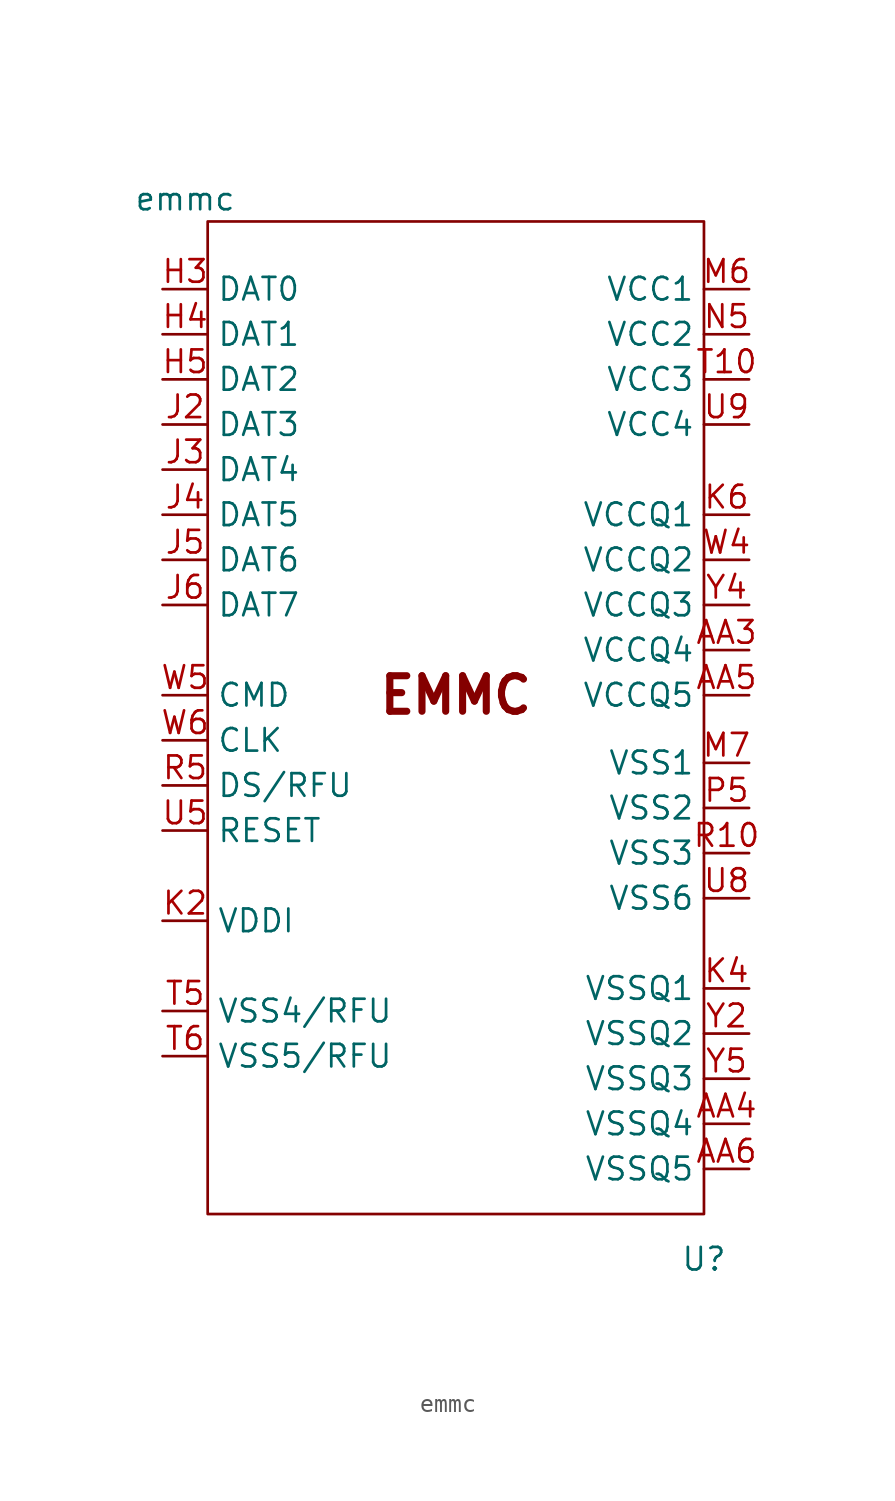
<source format=kicad_sym>
(kicad_symbol_lib
  (version 20201005)
  (generator kicad_symbol_editor)
  (symbol "emmc:emmc"
    (property "Reference" "U"
      (at 13.97 -30.48 0)
      (effects (font (size 1.27 1.27))))
    (property "Value" "emmc"
      (at -15.24 29.21 0)
      (effects (font (size 1.27 1.27))))
    (symbol "emmc_0_0"
      (text "EMMC" (at 0 1.27 0) (effects (font (size 2 2) bold)))
      (pin input line (at -16.51 21.59 0) (length 2.54) (name "DAT1" (effects (font (size 1.27 1.27)))) (number "H4" (effects (font (size 1.27 1.27)))))
      (pin input line (at -16.51 19.05 0) (length 2.54) (name "DAT2" (effects (font (size 1.27 1.27)))) (number "H5" (effects (font (size 1.27 1.27)))))
      (pin input line (at -16.51 16.51 0) (length 2.54) (name "DAT3" (effects (font (size 1.27 1.27)))) (number "J2" (effects (font (size 1.27 1.27)))))
      (pin input line (at -16.51 13.97 0) (length 2.54) (name "DAT4" (effects (font (size 1.27 1.27)))) (number "J3" (effects (font (size 1.27 1.27)))))
      (pin input line (at -16.51 11.43 0) (length 2.54) (name "DAT5" (effects (font (size 1.27 1.27)))) (number "J4" (effects (font (size 1.27 1.27)))))
      (pin input line (at -16.51 8.89 0) (length 2.54) (name "DAT6" (effects (font (size 1.27 1.27)))) (number "J5" (effects (font (size 1.27 1.27)))))
      (pin input line (at -16.51 6.35 0) (length 2.54) (name "DAT7" (effects (font (size 1.27 1.27)))) (number "J6" (effects (font (size 1.27 1.27)))))
      (pin input line (at -16.51 -11.43 0) (length 2.54) (name "VDDI" (effects (font (size 1.27 1.27)))) (number "K2" (effects (font (size 1.27 1.27)))))
      (pin input line (at -16.51 -3.81 0) (length 2.54) (name "DS/RFU" (effects (font (size 1.27 1.27)))) (number "R5" (effects (font (size 1.27 1.27))))))
    (symbol "emmc_0_1"
      (rectangle (start -13.97 27.94) (end 13.97 -27.94) (stroke (width 0.152)) (fill (type none))))
    (symbol "emmc_1_1"
      (pin input line (at 16.51 3.81 180) (length 2.54) (name "VCCQ4" (effects (font (size 1.27 1.27)))) (number "AA3" (effects (font (size 1.27 1.27)))))
      (pin input line (at 16.51 -22.86 180) (length 2.54) (name "VSSQ4" (effects (font (size 1.27 1.27)))) (number "AA4" (effects (font (size 1.27 1.27)))))
      (pin input line (at 16.51 1.27 180) (length 2.54) (name "VCCQ5" (effects (font (size 1.27 1.27)))) (number "AA5" (effects (font (size 1.27 1.27)))))
      (pin input line (at 16.51 -25.4 180) (length 2.54) (name "VSSQ5" (effects (font (size 1.27 1.27)))) (number "AA6" (effects (font (size 1.27 1.27)))))
      (pin input line (at -16.51 24.13 0) (length 2.54) (name "DAT0" (effects (font (size 1.27 1.27)))) (number "H3" (effects (font (size 1.27 1.27)))))
      (pin input line (at 16.51 -15.24 180) (length 2.54) (name "VSSQ1" (effects (font (size 1.27 1.27)))) (number "K4" (effects (font (size 1.27 1.27)))))
      (pin input line (at 16.51 11.43 180) (length 2.54) (name "VCCQ1" (effects (font (size 1.27 1.27)))) (number "K6" (effects (font (size 1.27 1.27)))))
      (pin input line (at 16.51 24.13 180) (length 2.54) (name "VCC1" (effects (font (size 1.27 1.27)))) (number "M6" (effects (font (size 1.27 1.27)))))
      (pin input line (at 16.51 -2.54 180) (length 2.54) (name "VSS1" (effects (font (size 1.27 1.27)))) (number "M7" (effects (font (size 1.27 1.27)))))
      (pin input line (at 16.51 21.59 180) (length 2.54) (name "VCC2" (effects (font (size 1.27 1.27)))) (number "N5" (effects (font (size 1.27 1.27)))))
      (pin input line (at 16.51 -5.08 180) (length 2.54) (name "VSS2" (effects (font (size 1.27 1.27)))) (number "P5" (effects (font (size 1.27 1.27)))))
      (pin input line (at 16.51 -7.62 180) (length 2.54) (name "VSS3" (effects (font (size 1.27 1.27)))) (number "R10" (effects (font (size 1.27 1.27)))))
      (pin input line (at 16.51 19.05 180) (length 2.54) (name "VCC3" (effects (font (size 1.27 1.27)))) (number "T10" (effects (font (size 1.27 1.27)))))
      (pin input line (at -16.51 -16.51 0) (length 2.54) (name "VSS4/RFU" (effects (font (size 1.27 1.27)))) (number "T5" (effects (font (size 1.27 1.27)))))
      (pin input line (at -16.51 -19.05 0) (length 2.54) (name "VSS5/RFU" (effects (font (size 1.27 1.27)))) (number "T6" (effects (font (size 1.27 1.27)))))
      (pin input line (at -16.51 -6.35 0) (length 2.54) (name "RESET" (effects (font (size 1.27 1.27)))) (number "U5" (effects (font (size 1.27 1.27)))))
      (pin input line (at 16.51 -10.16 180) (length 2.54) (name "VSS6" (effects (font (size 1.27 1.27)))) (number "U8" (effects (font (size 1.27 1.27)))))
      (pin input line (at 16.51 16.51 180) (length 2.54) (name "VCC4" (effects (font (size 1.27 1.27)))) (number "U9" (effects (font (size 1.27 1.27)))))
      (pin input line (at 16.51 8.89 180) (length 2.54) (name "VCCQ2" (effects (font (size 1.27 1.27)))) (number "W4" (effects (font (size 1.27 1.27)))))
      (pin input line (at -16.51 1.27 0) (length 2.54) (name "CMD" (effects (font (size 1.27 1.27)))) (number "W5" (effects (font (size 1.27 1.27)))))
      (pin input line (at -16.51 -1.27 0) (length 2.54) (name "CLK" (effects (font (size 1.27 1.27)))) (number "W6" (effects (font (size 1.27 1.27)))))
      (pin input line (at 16.51 -17.78 180) (length 2.54) (name "VSSQ2" (effects (font (size 1.27 1.27)))) (number "Y2" (effects (font (size 1.27 1.27)))))
      (pin input line (at 16.51 6.35 180) (length 2.54) (name "VCCQ3" (effects (font (size 1.27 1.27)))) (number "Y4" (effects (font (size 1.27 1.27)))))
      (pin input line (at 16.51 -20.32 180) (length 2.54) (name "VSSQ3" (effects (font (size 1.27 1.27)))) (number "Y5" (effects (font (size 1.27 1.27))))))))
</source>
